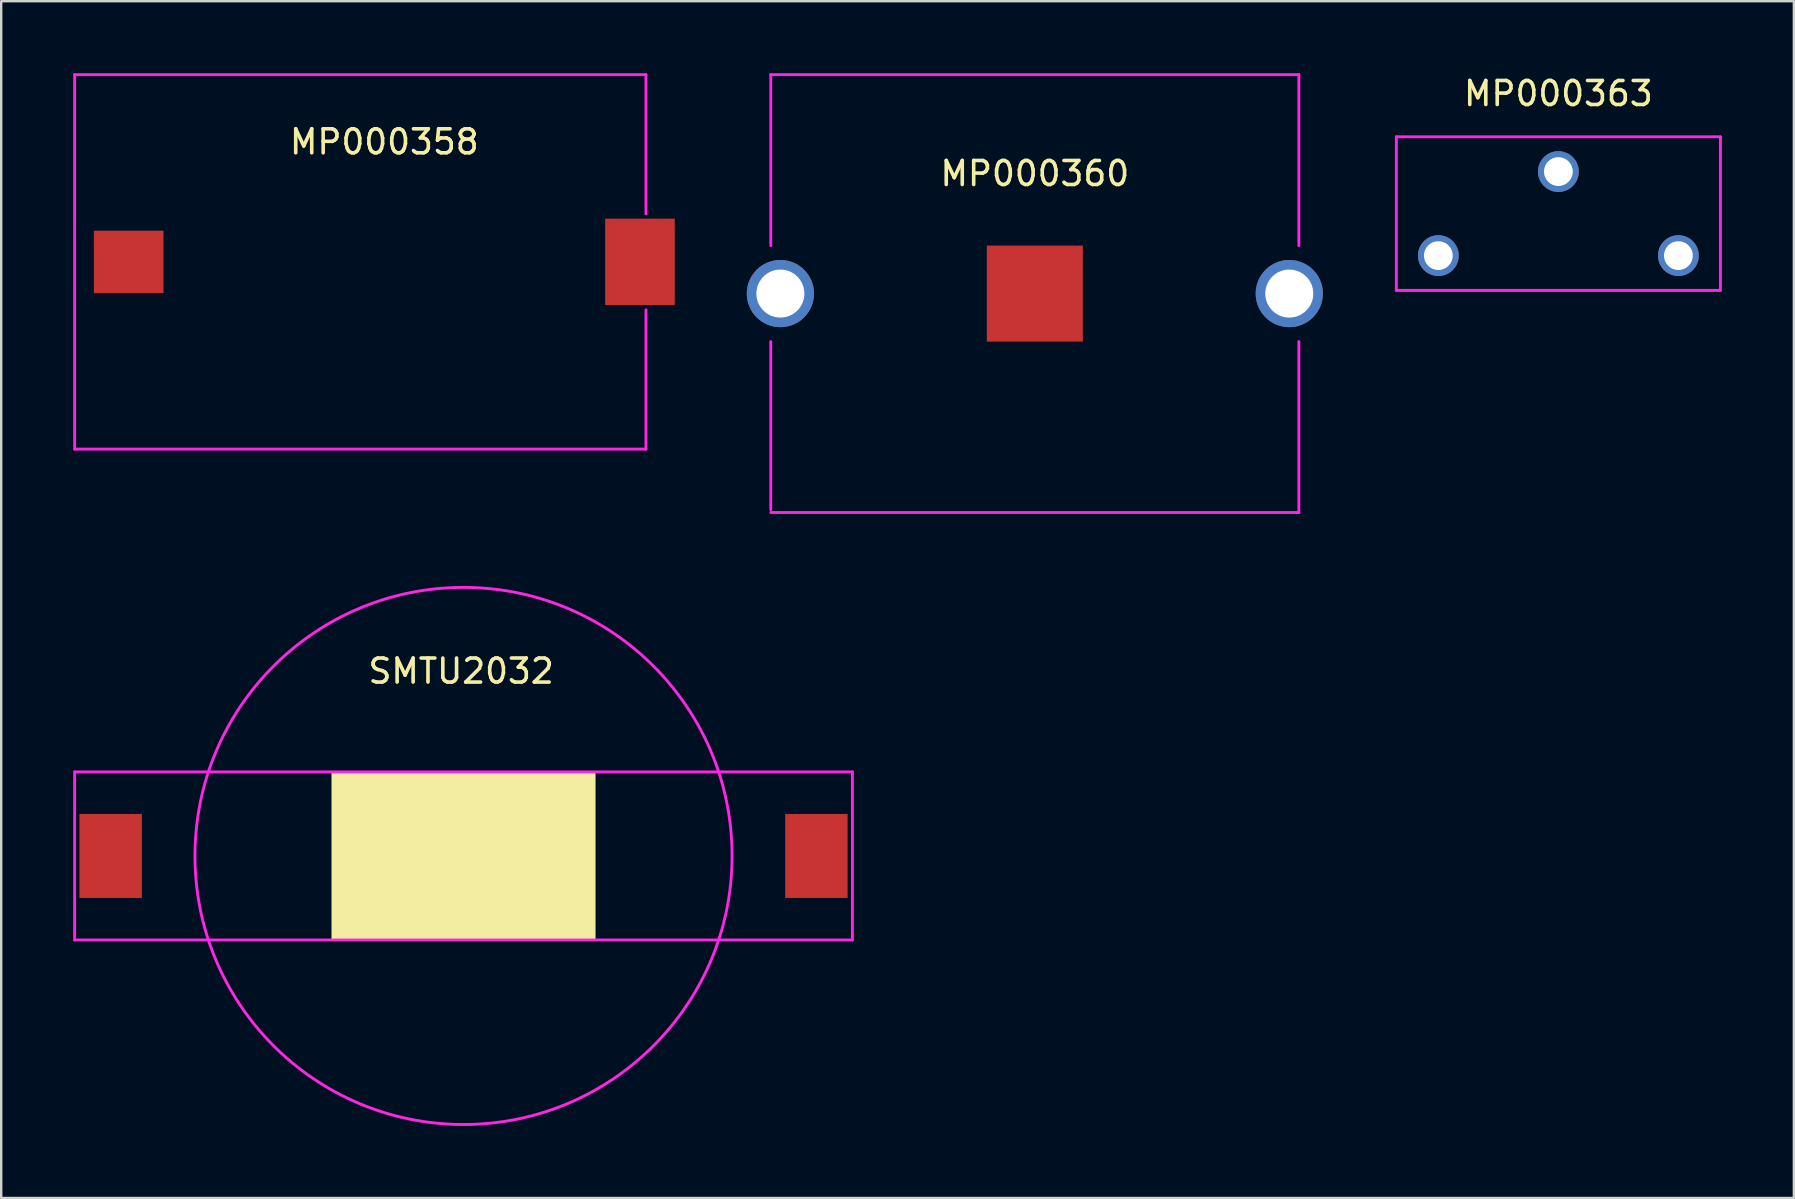
<source format=kicad_pcb>
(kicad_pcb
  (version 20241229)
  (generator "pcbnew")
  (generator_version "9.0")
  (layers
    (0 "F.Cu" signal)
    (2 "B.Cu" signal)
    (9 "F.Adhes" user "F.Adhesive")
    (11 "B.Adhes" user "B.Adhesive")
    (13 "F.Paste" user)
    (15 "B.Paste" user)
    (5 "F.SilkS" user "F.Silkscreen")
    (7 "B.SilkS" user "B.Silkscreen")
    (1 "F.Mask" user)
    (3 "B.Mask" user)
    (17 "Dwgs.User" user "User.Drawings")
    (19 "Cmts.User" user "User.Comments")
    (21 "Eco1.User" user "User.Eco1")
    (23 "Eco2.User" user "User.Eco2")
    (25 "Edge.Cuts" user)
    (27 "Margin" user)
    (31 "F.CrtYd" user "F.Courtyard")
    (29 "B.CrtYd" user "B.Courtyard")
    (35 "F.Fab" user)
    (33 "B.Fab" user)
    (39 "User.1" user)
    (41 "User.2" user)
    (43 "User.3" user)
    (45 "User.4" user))
  (footprint "MP000360"
    (layer "F.Cu")
    (at 40.06 9.18)
    (property "Reference" "MP000360" (at 0 -5 0) (layer "F.SilkS") (effects (font (size 1 1) (thickness 0.15))))
    (attr through_hole)
    (fp_line (start -11 -9.12) (end -11 -2) (stroke (width 0.12) (type solid)) (layer "F.CrtYd"))
    (fp_line (start -11 -9.12) (end 11 -9.12) (stroke (width 0.12) (type solid)) (layer "F.CrtYd"))
    (fp_line (start -11 9) (end -11 2) (stroke (width 0.12) (type solid)) (layer "F.CrtYd"))
    (fp_line (start -11 9.12) (end 11 9.12) (stroke (width 0.12) (type solid)) (layer "F.CrtYd"))
    (fp_line (start 11 -9.12) (end 11 -2) (stroke (width 0.12) (type solid)) (layer "F.CrtYd"))
    (fp_line (start 11 9.12) (end 11 2) (stroke (width 0.12) (type solid)) (layer "F.CrtYd"))
    (pad "1" smd rect (at 0 0) (size 4 4) (layers "F.Cu" "F.Mask" "F.Paste"))
    (pad "2" thru_hole circle (at -10.6 0) (size 2.8 2.8) (drill 2) (layers "*.Cu" "*.Mask"))
    (pad "2" thru_hole circle (at 10.6 0) (size 2.8 2.8) (drill 2) (layers "*.Cu" "*.Mask")))
  (footprint "MP000363"
    (layer "F.Cu")
    (at 61.87 5.848)
    (property "Reference" "MP000363" (at 0 -5 0) (layer "F.SilkS") (effects (font (size 1 1) (thickness 0.15))))
    (attr through_hole)
    (fp_line (start -6.75 -3.2) (end 6.75 -3.2) (stroke (width 0.12) (type solid)) (layer "F.CrtYd"))
    (fp_line (start -6.75 3.2) (end -6.75 -3.2) (stroke (width 0.12) (type solid)) (layer "F.CrtYd"))
    (fp_line (start 6.75 3.2) (end -6.75 3.2) (stroke (width 0.12) (type solid)) (layer "F.CrtYd"))
    (fp_line (start 6.75 3.2) (end 6.75 -3.2) (stroke (width 0.12) (type solid)) (layer "F.CrtYd"))
    (pad "" thru_hole circle (at -5 1.75) (size 1.7 1.7) (drill 1.2) (layers "*.Cu" "*.Mask"))
    (pad "1" thru_hole circle (at 0 -1.75) (size 1.7 1.7) (drill 1.2) (layers "*.Cu" "*.Mask"))
    (pad "2" thru_hole circle (at 5 1.75) (size 1.7 1.7) (drill 1.2) (layers "*.Cu" "*.Mask")))
  (footprint "MP000358"
    (layer "F.Cu")
    (at 12.96 7.86)
    (property "Reference" "MP000358" (at 0 -5 0) (layer "F.SilkS") (effects (font (size 1 1) (thickness 0.15))))
    (attr through_hole)
    (fp_line (start -12.9 -7.8) (end 10.9 -7.8) (stroke (width 0.12) (type solid)) (layer "F.CrtYd"))
    (fp_line (start -12.9 7.8) (end -12.9 -7.8) (stroke (width 0.12) (type solid)) (layer "F.CrtYd"))
    (fp_line (start -12.9 7.8) (end 10.9 7.8) (stroke (width 0.12) (type solid)) (layer "F.CrtYd"))
    (fp_line (start 10.9 -7.8) (end 10.9 -2) (stroke (width 0.12) (type solid)) (layer "F.CrtYd"))
    (fp_line (start 10.9 7.8) (end 10.9 2) (stroke (width 0.12) (type solid)) (layer "F.CrtYd"))
    (pad "1" smd rect (at -10.65 0) (size 2.9 2.6) (layers "F.Cu" "F.Mask" "F.Paste"))
    (pad "2" smd rect (at 10.65 0) (size 2.9 3.6) (layers "F.Cu" "F.Mask" "F.Paste")))
  (footprint "SMTU2032"
    (layer "F.Cu")
    (at 16.26 32.608)
    (property "Reference" "SMTU2032" (at -0.1 -7.7 0) (layer "F.SilkS") (effects (font (size 1 1) (thickness 0.15))))
    (attr through_hole)
    (fp_line (start -16.2 -3.5) (end 16.2 -3.5) (stroke (width 0.12) (type solid)) (layer "F.CrtYd"))
    (fp_line (start -16.2 3.5) (end -16.2 -3.5) (stroke (width 0.12) (type solid)) (layer "F.CrtYd"))
    (fp_line (start -16.2 3.5) (end 16.2 3.5) (stroke (width 0.12) (type solid)) (layer "F.CrtYd"))
    (fp_line (start 16.2 3.5) (end 16.2 -3.5) (stroke (width 0.12) (type solid)) (layer "F.CrtYd"))
    (fp_circle (center 0 0) (end 1.4 -11.1) (stroke (width 0.12) (type solid)) (fill no) (layer "F.CrtYd"))
    (pad "" connect rect (at 0 0) (size 11 7) (layers "F.SilkS"))
    (pad "1" smd rect (at 14.7 0) (size 2.6 3.5) (layers "F.Cu" "F.Mask" "F.Paste"))
    (pad "2" smd rect (at -14.7 0) (size 2.6 3.5) (layers "F.Cu" "F.Mask" "F.Paste")))
  (gr_rect
    (start -3 -3)
    (end 71.68 46.856)
    (stroke (width 0.1) (type default))
    (fill no)
    (layer "Edge.Cuts")))
</source>
